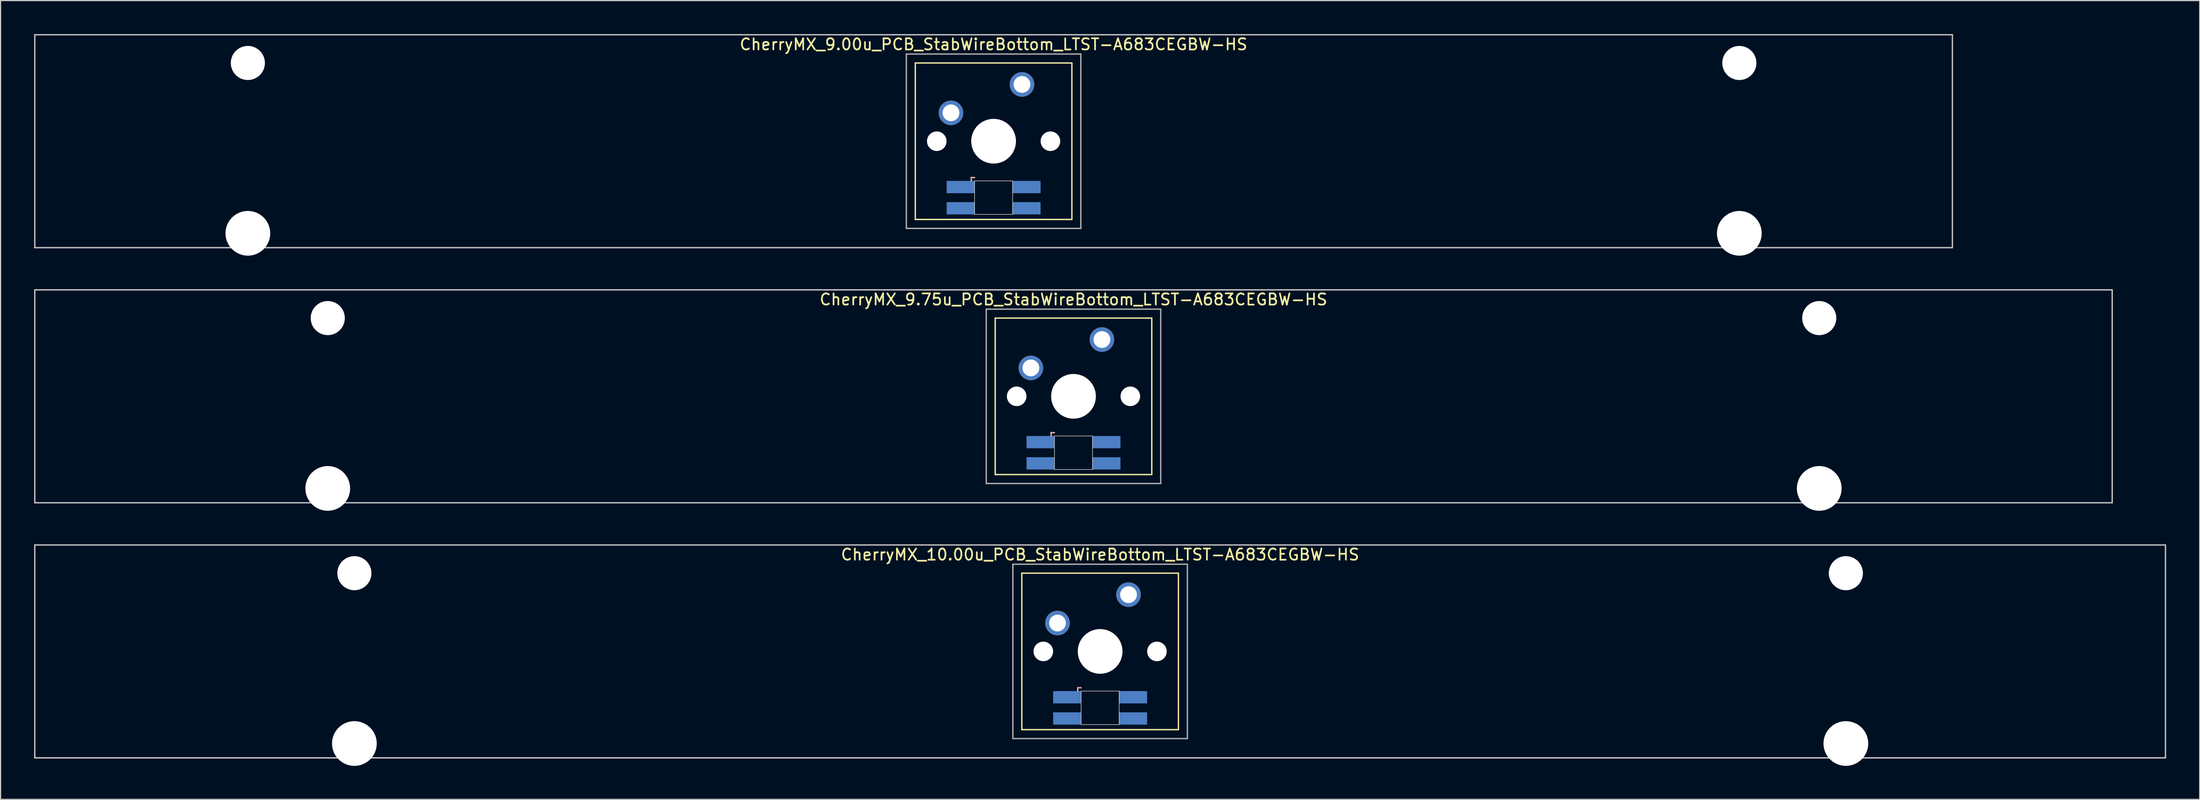
<source format=kicad_pcb>
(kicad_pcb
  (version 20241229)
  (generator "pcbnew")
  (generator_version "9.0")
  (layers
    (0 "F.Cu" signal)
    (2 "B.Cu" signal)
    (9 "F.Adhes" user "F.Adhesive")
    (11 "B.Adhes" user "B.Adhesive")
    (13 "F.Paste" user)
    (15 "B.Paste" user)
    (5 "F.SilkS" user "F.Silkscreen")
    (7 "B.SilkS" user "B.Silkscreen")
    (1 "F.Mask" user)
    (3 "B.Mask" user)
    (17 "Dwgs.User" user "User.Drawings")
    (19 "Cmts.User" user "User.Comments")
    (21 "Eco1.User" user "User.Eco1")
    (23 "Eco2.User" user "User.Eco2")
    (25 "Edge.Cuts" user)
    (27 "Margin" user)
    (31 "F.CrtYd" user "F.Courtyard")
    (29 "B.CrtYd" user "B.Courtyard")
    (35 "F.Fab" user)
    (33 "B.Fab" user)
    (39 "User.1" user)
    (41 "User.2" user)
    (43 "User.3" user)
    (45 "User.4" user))
  (footprint "CherryMX_9.75u_PCB_StabWireBottom_LTST-A683CEGBW-HS"
    (layer "F.Cu")
    (at 92.929 32.41)
    (property "Reference" "CherryMX_9.75u_PCB_StabWireBottom_LTST-A683CEGBW-HS" (at 0 -8.662 0) (layer "F.SilkS") (effects (font (size 1 1) (thickness 0.15))))
    (attr through_hole)
    (fp_line (start -7 -7) (end -7 7) (stroke (width 0.12) (type solid)) (layer "F.SilkS"))
    (fp_line (start -7 -7) (end 7 -7) (stroke (width 0.12) (type solid)) (layer "F.SilkS"))
    (fp_line (start 7 -7) (end 7 7) (stroke (width 0.12) (type solid)) (layer "F.SilkS"))
    (fp_line (start 7 7) (end -7 7) (stroke (width 0.12) (type solid)) (layer "F.SilkS"))
    (fp_line (start -2 3.25) (end -2 3.55) (stroke (width 0.12) (type solid)) (layer "B.SilkS"))
    (fp_line (start -1.7 3.25) (end -2 3.25) (stroke (width 0.12) (type solid)) (layer "B.SilkS"))
    (fp_line (start -92.869 -9.525) (end 92.869 -9.525) (stroke (width 0.12) (type solid)) (layer "Dwgs.User"))
    (fp_line (start -92.869 9.525) (end -92.869 -9.525) (stroke (width 0.12) (type solid)) (layer "Dwgs.User"))
    (fp_line (start 92.869 -9.525) (end 92.869 9.525) (stroke (width 0.12) (type solid)) (layer "Dwgs.User"))
    (fp_line (start 92.869 9.525) (end -92.869 9.525) (stroke (width 0.12) (type solid)) (layer "Dwgs.User"))
    (fp_line (start -1.7 3.55) (end 1.7 3.55) (stroke (width 0.05) (type solid)) (layer "Edge.Cuts"))
    (fp_line (start -1.7 6.55) (end -1.7 3.55) (stroke (width 0.05) (type solid)) (layer "Edge.Cuts"))
    (fp_line (start 1.7 3.55) (end 1.7 6.55) (stroke (width 0.05) (type solid)) (layer "Edge.Cuts"))
    (fp_line (start 1.7 6.55) (end -1.7 6.55) (stroke (width 0.05) (type solid)) (layer "Edge.Cuts"))
    (fp_line (start -7.8 -7.8) (end -7.8 7.8) (stroke (width 0.12) (type solid)) (layer "F.Fab"))
    (fp_line (start -7.8 -7.8) (end 7.8 -7.8) (stroke (width 0.12) (type solid)) (layer "F.Fab"))
    (fp_line (start -7.8 7.8) (end 7.8 7.8) (stroke (width 0.12) (type solid)) (layer "F.Fab"))
    (fp_line (start 7.8 -7.8) (end 7.8 7.8) (stroke (width 0.12) (type solid)) (layer "F.Fab"))
    (pad "" np_thru_hole circle (at -66.675 -7) (size 3.05 3.05) (drill 3.05) (layers "*.Cu" "*.Mask"))
    (pad "" np_thru_hole circle (at -66.675 8.24) (size 4 4) (drill 4) (layers "*.Cu" "*.Mask"))
    (pad "" np_thru_hole circle (at -5.08 0) (size 1.75 1.75) (drill 1.75) (layers "*.Cu" "*.Mask"))
    (pad "" np_thru_hole circle (at 0 0) (size 4 4) (drill 4) (layers "*.Cu" "*.Mask"))
    (pad "" np_thru_hole circle (at 5.08 0) (size 1.75 1.75) (drill 1.75) (layers "*.Cu" "*.Mask"))
    (pad "" np_thru_hole circle (at 66.675 -7) (size 3.05 3.05) (drill 3.05) (layers "*.Cu" "*.Mask"))
    (pad "" np_thru_hole circle (at 66.675 8.24) (size 4 4) (drill 4) (layers "*.Cu" "*.Mask"))
    (pad "1" thru_hole circle (at -3.81 -2.54) (size 2.2 2.2) (drill 1.5) (layers "*.Cu" "*.Mask"))
    (pad "2" thru_hole circle (at 2.54 -5.08) (size 2.2 2.2) (drill 1.5) (layers "*.Cu" "*.Mask"))
    (pad "3" smd rect (at -2.95 4.1) (size 2.5 1.1) (layers "B.Cu" "B.Mask" "B.Paste"))
    (pad "4" smd rect (at -2.95 6) (size 2.5 1.1) (layers "B.Cu" "B.Mask" "B.Paste"))
    (pad "5" smd rect (at 2.95 4.1) (size 2.5 1.1) (layers "B.Cu" "B.Mask" "B.Paste"))
    (pad "6" smd rect (at 2.95 6) (size 2.5 1.1) (layers "B.Cu" "B.Mask" "B.Paste")))
  (footprint "CherryMX_9.00u_PCB_StabWireBottom_LTST-A683CEGBW-HS"
    (layer "F.Cu")
    (at 85.785 9.585)
    (property "Reference" "CherryMX_9.00u_PCB_StabWireBottom_LTST-A683CEGBW-HS" (at 0 -8.662 0) (layer "F.SilkS") (effects (font (size 1 1) (thickness 0.15))))
    (attr through_hole)
    (fp_line (start -7 -7) (end -7 7) (stroke (width 0.12) (type solid)) (layer "F.SilkS"))
    (fp_line (start -7 -7) (end 7 -7) (stroke (width 0.12) (type solid)) (layer "F.SilkS"))
    (fp_line (start 7 -7) (end 7 7) (stroke (width 0.12) (type solid)) (layer "F.SilkS"))
    (fp_line (start 7 7) (end -7 7) (stroke (width 0.12) (type solid)) (layer "F.SilkS"))
    (fp_line (start -2 3.25) (end -2 3.55) (stroke (width 0.12) (type solid)) (layer "B.SilkS"))
    (fp_line (start -1.7 3.25) (end -2 3.25) (stroke (width 0.12) (type solid)) (layer "B.SilkS"))
    (fp_line (start -85.725 -9.525) (end 85.725 -9.525) (stroke (width 0.12) (type solid)) (layer "Dwgs.User"))
    (fp_line (start -85.725 9.525) (end -85.725 -9.525) (stroke (width 0.12) (type solid)) (layer "Dwgs.User"))
    (fp_line (start 85.725 -9.525) (end 85.725 9.525) (stroke (width 0.12) (type solid)) (layer "Dwgs.User"))
    (fp_line (start 85.725 9.525) (end -85.725 9.525) (stroke (width 0.12) (type solid)) (layer "Dwgs.User"))
    (fp_line (start -1.7 3.55) (end 1.7 3.55) (stroke (width 0.05) (type solid)) (layer "Edge.Cuts"))
    (fp_line (start -1.7 6.55) (end -1.7 3.55) (stroke (width 0.05) (type solid)) (layer "Edge.Cuts"))
    (fp_line (start 1.7 3.55) (end 1.7 6.55) (stroke (width 0.05) (type solid)) (layer "Edge.Cuts"))
    (fp_line (start 1.7 6.55) (end -1.7 6.55) (stroke (width 0.05) (type solid)) (layer "Edge.Cuts"))
    (fp_line (start -7.8 -7.8) (end -7.8 7.8) (stroke (width 0.12) (type solid)) (layer "F.Fab"))
    (fp_line (start -7.8 -7.8) (end 7.8 -7.8) (stroke (width 0.12) (type solid)) (layer "F.Fab"))
    (fp_line (start -7.8 7.8) (end 7.8 7.8) (stroke (width 0.12) (type solid)) (layer "F.Fab"))
    (fp_line (start 7.8 -7.8) (end 7.8 7.8) (stroke (width 0.12) (type solid)) (layer "F.Fab"))
    (pad "" np_thru_hole circle (at -66.675 -7) (size 3.05 3.05) (drill 3.05) (layers "*.Cu" "*.Mask"))
    (pad "" np_thru_hole circle (at -66.675 8.24) (size 4 4) (drill 4) (layers "*.Cu" "*.Mask"))
    (pad "" np_thru_hole circle (at -5.08 0) (size 1.75 1.75) (drill 1.75) (layers "*.Cu" "*.Mask"))
    (pad "" np_thru_hole circle (at 0 0) (size 4 4) (drill 4) (layers "*.Cu" "*.Mask"))
    (pad "" np_thru_hole circle (at 5.08 0) (size 1.75 1.75) (drill 1.75) (layers "*.Cu" "*.Mask"))
    (pad "" np_thru_hole circle (at 66.675 -7) (size 3.05 3.05) (drill 3.05) (layers "*.Cu" "*.Mask"))
    (pad "" np_thru_hole circle (at 66.675 8.24) (size 4 4) (drill 4) (layers "*.Cu" "*.Mask"))
    (pad "1" thru_hole circle (at -3.81 -2.54) (size 2.2 2.2) (drill 1.5) (layers "*.Cu" "*.Mask"))
    (pad "2" thru_hole circle (at 2.54 -5.08) (size 2.2 2.2) (drill 1.5) (layers "*.Cu" "*.Mask"))
    (pad "3" smd rect (at -2.95 4.1) (size 2.5 1.1) (layers "B.Cu" "B.Mask" "B.Paste"))
    (pad "4" smd rect (at -2.95 6) (size 2.5 1.1) (layers "B.Cu" "B.Mask" "B.Paste"))
    (pad "5" smd rect (at 2.95 4.1) (size 2.5 1.1) (layers "B.Cu" "B.Mask" "B.Paste"))
    (pad "6" smd rect (at 2.95 6) (size 2.5 1.1) (layers "B.Cu" "B.Mask" "B.Paste")))
  (footprint "CherryMX_10.00u_PCB_StabWireBottom_LTST-A683CEGBW-HS"
    (layer "F.Cu")
    (at 95.31 55.235)
    (property "Reference" "CherryMX_10.00u_PCB_StabWireBottom_LTST-A683CEGBW-HS" (at 0 -8.662 0) (layer "F.SilkS") (effects (font (size 1 1) (thickness 0.15))))
    (attr through_hole)
    (fp_line (start -7 -7) (end -7 7) (stroke (width 0.12) (type solid)) (layer "F.SilkS"))
    (fp_line (start -7 -7) (end 7 -7) (stroke (width 0.12) (type solid)) (layer "F.SilkS"))
    (fp_line (start 7 -7) (end 7 7) (stroke (width 0.12) (type solid)) (layer "F.SilkS"))
    (fp_line (start 7 7) (end -7 7) (stroke (width 0.12) (type solid)) (layer "F.SilkS"))
    (fp_line (start -2 3.25) (end -2 3.55) (stroke (width 0.12) (type solid)) (layer "B.SilkS"))
    (fp_line (start -1.7 3.25) (end -2 3.25) (stroke (width 0.12) (type solid)) (layer "B.SilkS"))
    (fp_line (start -95.25 -9.525) (end 95.25 -9.525) (stroke (width 0.12) (type solid)) (layer "Dwgs.User"))
    (fp_line (start -95.25 9.525) (end -95.25 -9.525) (stroke (width 0.12) (type solid)) (layer "Dwgs.User"))
    (fp_line (start 95.25 -9.525) (end 95.25 9.525) (stroke (width 0.12) (type solid)) (layer "Dwgs.User"))
    (fp_line (start 95.25 9.525) (end -95.25 9.525) (stroke (width 0.12) (type solid)) (layer "Dwgs.User"))
    (fp_line (start -1.7 3.55) (end 1.7 3.55) (stroke (width 0.05) (type solid)) (layer "Edge.Cuts"))
    (fp_line (start -1.7 6.55) (end -1.7 3.55) (stroke (width 0.05) (type solid)) (layer "Edge.Cuts"))
    (fp_line (start 1.7 3.55) (end 1.7 6.55) (stroke (width 0.05) (type solid)) (layer "Edge.Cuts"))
    (fp_line (start 1.7 6.55) (end -1.7 6.55) (stroke (width 0.05) (type solid)) (layer "Edge.Cuts"))
    (fp_line (start -7.8 -7.8) (end -7.8 7.8) (stroke (width 0.12) (type solid)) (layer "F.Fab"))
    (fp_line (start -7.8 -7.8) (end 7.8 -7.8) (stroke (width 0.12) (type solid)) (layer "F.Fab"))
    (fp_line (start -7.8 7.8) (end 7.8 7.8) (stroke (width 0.12) (type solid)) (layer "F.Fab"))
    (fp_line (start 7.8 -7.8) (end 7.8 7.8) (stroke (width 0.12) (type solid)) (layer "F.Fab"))
    (pad "" np_thru_hole circle (at -66.675 -7) (size 3.05 3.05) (drill 3.05) (layers "*.Cu" "*.Mask"))
    (pad "" np_thru_hole circle (at -66.675 8.24) (size 4 4) (drill 4) (layers "*.Cu" "*.Mask"))
    (pad "" np_thru_hole circle (at -5.08 0) (size 1.75 1.75) (drill 1.75) (layers "*.Cu" "*.Mask"))
    (pad "" np_thru_hole circle (at 0 0) (size 4 4) (drill 4) (layers "*.Cu" "*.Mask"))
    (pad "" np_thru_hole circle (at 5.08 0) (size 1.75 1.75) (drill 1.75) (layers "*.Cu" "*.Mask"))
    (pad "" np_thru_hole circle (at 66.675 -7) (size 3.05 3.05) (drill 3.05) (layers "*.Cu" "*.Mask"))
    (pad "" np_thru_hole circle (at 66.675 8.24) (size 4 4) (drill 4) (layers "*.Cu" "*.Mask"))
    (pad "1" thru_hole circle (at -3.81 -2.54) (size 2.2 2.2) (drill 1.5) (layers "*.Cu" "*.Mask"))
    (pad "2" thru_hole circle (at 2.54 -5.08) (size 2.2 2.2) (drill 1.5) (layers "*.Cu" "*.Mask"))
    (pad "3" smd rect (at -2.95 4.1) (size 2.5 1.1) (layers "B.Cu" "B.Mask" "B.Paste"))
    (pad "4" smd rect (at -2.95 6) (size 2.5 1.1) (layers "B.Cu" "B.Mask" "B.Paste"))
    (pad "5" smd rect (at 2.95 4.1) (size 2.5 1.1) (layers "B.Cu" "B.Mask" "B.Paste"))
    (pad "6" smd rect (at 2.95 6) (size 2.5 1.1) (layers "B.Cu" "B.Mask" "B.Paste")))
  (gr_rect
    (start -3 -3)
    (end 193.62 68.475)
    (stroke (width 0.1) (type default))
    (fill no)
    (layer "Edge.Cuts")))
</source>
